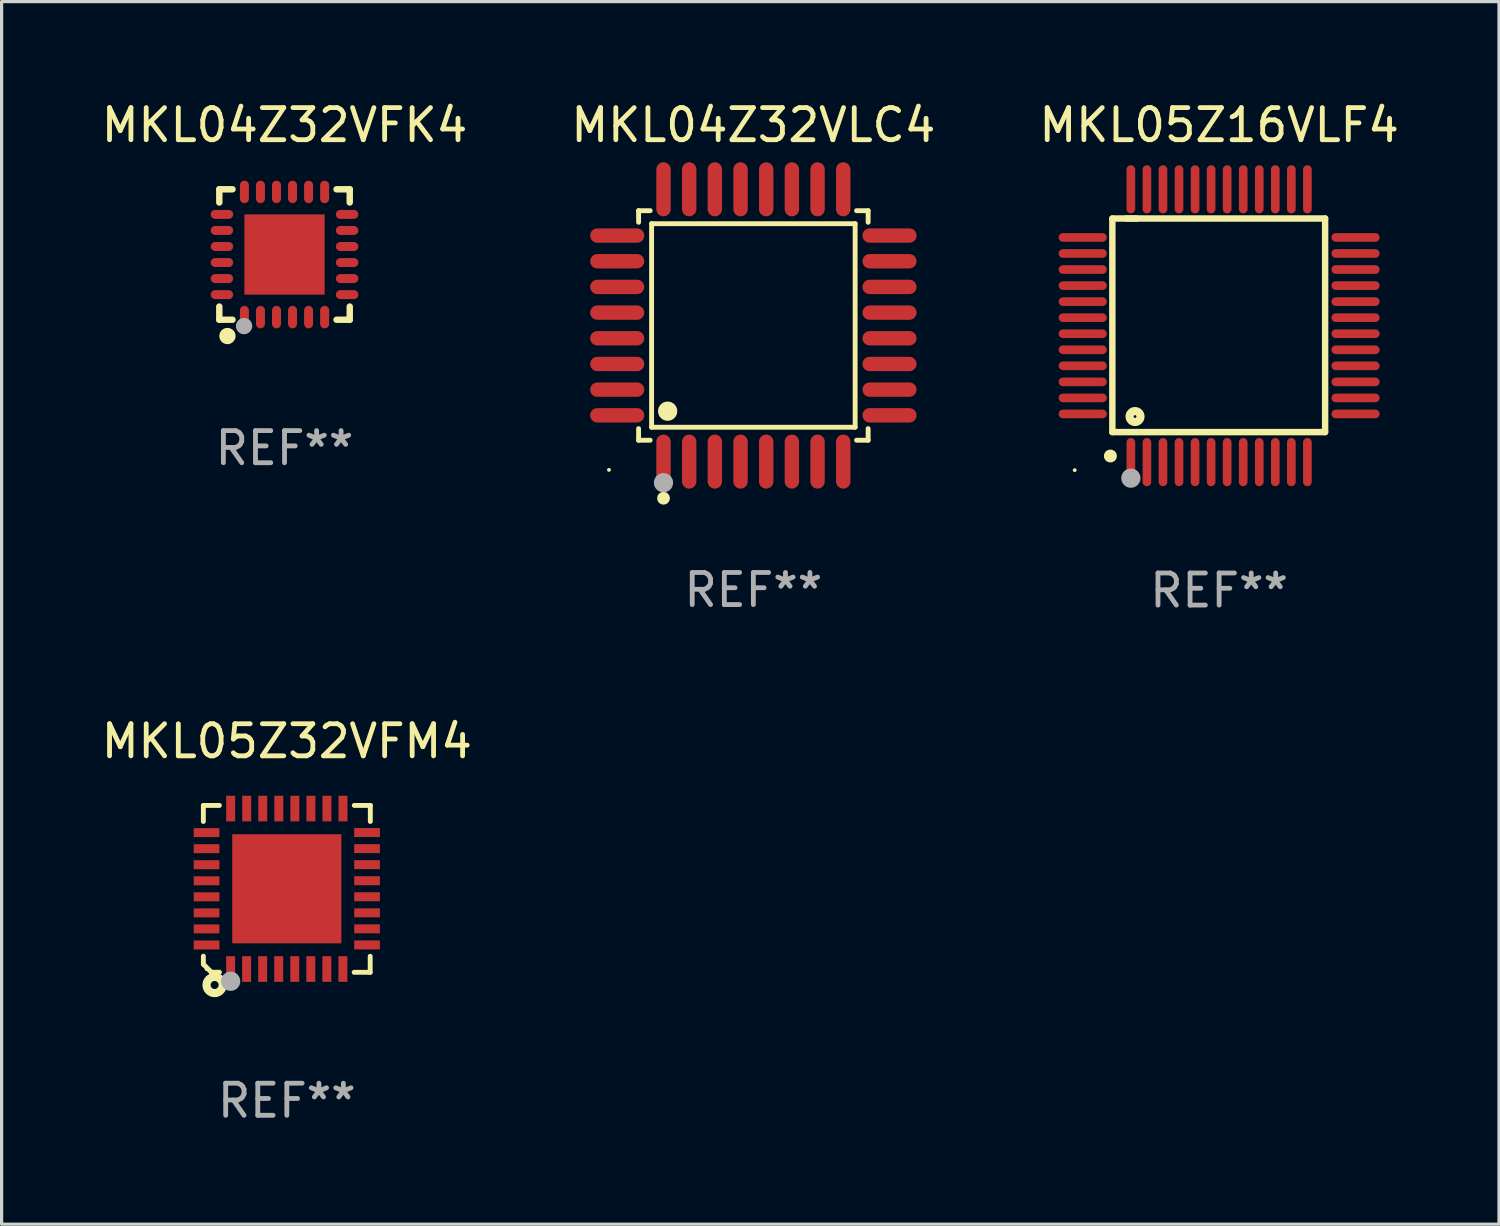
<source format=kicad_pcb>
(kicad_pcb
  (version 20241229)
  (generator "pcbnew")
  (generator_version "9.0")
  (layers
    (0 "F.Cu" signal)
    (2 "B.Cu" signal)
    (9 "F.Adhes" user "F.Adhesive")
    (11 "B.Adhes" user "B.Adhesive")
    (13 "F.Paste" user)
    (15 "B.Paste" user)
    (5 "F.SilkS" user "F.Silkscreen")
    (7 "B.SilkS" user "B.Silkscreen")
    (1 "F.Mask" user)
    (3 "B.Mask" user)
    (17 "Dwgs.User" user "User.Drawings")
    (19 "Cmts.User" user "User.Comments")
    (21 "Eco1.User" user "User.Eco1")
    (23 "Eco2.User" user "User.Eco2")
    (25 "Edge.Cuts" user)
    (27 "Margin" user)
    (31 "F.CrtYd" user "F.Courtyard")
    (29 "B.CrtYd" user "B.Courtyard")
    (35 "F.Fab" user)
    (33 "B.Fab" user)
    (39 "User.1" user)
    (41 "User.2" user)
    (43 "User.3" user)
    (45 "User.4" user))
  (footprint "MKL05Z16VLF4"
    (layer "F.Cu")
    (at 34.935 7.098)
    (property "Reference" "MKL05Z16VLF4" (at 0 -6.25 0) (layer "F.SilkS") (effects (font (size 1 1) (thickness 0.15))))
    (attr through_hole)
    (fp_line (start -3.327 -3.34) (end -2.565 -3.34) (stroke (width 0.2) (type solid)) (layer "F.SilkS"))
    (fp_line (start -3.327 3.315) (end -3.327 -3.34) (stroke (width 0.2) (type solid)) (layer "F.SilkS"))
    (fp_line (start -2.896 -3.34) (end 3.302 -3.34) (stroke (width 0.2) (type solid)) (layer "F.SilkS"))
    (fp_line (start 3.302 -3.34) (end 3.302 3.315) (stroke (width 0.2) (type solid)) (layer "F.SilkS"))
    (fp_line (start 3.302 3.315) (end -3.327 3.315) (stroke (width 0.2) (type solid)) (layer "F.SilkS"))
    (fp_arc (start -3.389992 4.059995) (mid -3.388722 4.059991) (end -3.387452 4.059995) (stroke (width 0.4) (type solid)) (layer "F.SilkS"))
    (fp_circle (center -4.5 4.5) (end -4.47 4.5) (stroke (width 0.06) (type solid)) (fill no) (layer "F.SilkS"))
    (fp_circle (center -2.62 2.83) (end -2.45 2.83) (stroke (width 0.254) (type solid)) (fill no) (layer "F.SilkS"))
    (fp_circle (center -2.75 4.75) (end -2.6 4.75) (stroke (width 0.3) (type solid)) (fill no) (layer "F.Fab"))
    (fp_text user "REF**" (at 0 8.25 0) (layer "F.Fab") (effects (font (size 1 1) (thickness 0.15))))
    (pad "1" smd oval (at -2.75 4.25) (size 0.27 1.5) (layers "F.Cu" "F.Mask" "F.Paste"))
    (pad "2" smd oval (at -2.25 4.25) (size 0.27 1.5) (layers "F.Cu" "F.Mask" "F.Paste"))
    (pad "3" smd oval (at -1.75 4.25) (size 0.27 1.5) (layers "F.Cu" "F.Mask" "F.Paste"))
    (pad "4" smd oval (at -1.25 4.25) (size 0.27 1.5) (layers "F.Cu" "F.Mask" "F.Paste"))
    (pad "5" smd oval (at -0.75 4.25) (size 0.27 1.5) (layers "F.Cu" "F.Mask" "F.Paste"))
    (pad "6" smd oval (at -0.25 4.25) (size 0.27 1.5) (layers "F.Cu" "F.Mask" "F.Paste"))
    (pad "7" smd oval (at 0.25 4.25) (size 0.27 1.5) (layers "F.Cu" "F.Mask" "F.Paste"))
    (pad "8" smd oval (at 0.75 4.25) (size 0.27 1.5) (layers "F.Cu" "F.Mask" "F.Paste"))
    (pad "9" smd oval (at 1.25 4.25) (size 0.27 1.5) (layers "F.Cu" "F.Mask" "F.Paste"))
    (pad "10" smd oval (at 1.75 4.25) (size 0.27 1.5) (layers "F.Cu" "F.Mask" "F.Paste"))
    (pad "11" smd oval (at 2.25 4.25) (size 0.27 1.5) (layers "F.Cu" "F.Mask" "F.Paste"))
    (pad "12" smd oval (at 2.75 4.25) (size 0.27 1.5) (layers "F.Cu" "F.Mask" "F.Paste"))
    (pad "13" smd oval (at 4.25 2.75) (size 1.5 0.27) (layers "F.Cu" "F.Mask" "F.Paste"))
    (pad "14" smd oval (at 4.25 2.25) (size 1.5 0.27) (layers "F.Cu" "F.Mask" "F.Paste"))
    (pad "15" smd oval (at 4.25 1.75) (size 1.5 0.27) (layers "F.Cu" "F.Mask" "F.Paste"))
    (pad "16" smd oval (at 4.25 1.25) (size 1.5 0.27) (layers "F.Cu" "F.Mask" "F.Paste"))
    (pad "17" smd oval (at 4.25 0.75) (size 1.5 0.27) (layers "F.Cu" "F.Mask" "F.Paste"))
    (pad "18" smd oval (at 4.25 0.25) (size 1.5 0.27) (layers "F.Cu" "F.Mask" "F.Paste"))
    (pad "19" smd oval (at 4.25 -0.25) (size 1.5 0.27) (layers "F.Cu" "F.Mask" "F.Paste"))
    (pad "20" smd oval (at 4.25 -0.75) (size 1.5 0.27) (layers "F.Cu" "F.Mask" "F.Paste"))
    (pad "21" smd oval (at 4.25 -1.25) (size 1.5 0.27) (layers "F.Cu" "F.Mask" "F.Paste"))
    (pad "22" smd oval (at 4.25 -1.75) (size 1.5 0.27) (layers "F.Cu" "F.Mask" "F.Paste"))
    (pad "23" smd oval (at 4.25 -2.25) (size 1.5 0.27) (layers "F.Cu" "F.Mask" "F.Paste"))
    (pad "24" smd oval (at 4.25 -2.75) (size 1.5 0.27) (layers "F.Cu" "F.Mask" "F.Paste"))
    (pad "25" smd oval (at 2.75 -4.25) (size 0.27 1.5) (layers "F.Cu" "F.Mask" "F.Paste"))
    (pad "26" smd oval (at 2.25 -4.25) (size 0.27 1.5) (layers "F.Cu" "F.Mask" "F.Paste"))
    (pad "27" smd oval (at 1.75 -4.25) (size 0.27 1.5) (layers "F.Cu" "F.Mask" "F.Paste"))
    (pad "28" smd oval (at 1.25 -4.25) (size 0.27 1.5) (layers "F.Cu" "F.Mask" "F.Paste"))
    (pad "29" smd oval (at 0.75 -4.25) (size 0.27 1.5) (layers "F.Cu" "F.Mask" "F.Paste"))
    (pad "30" smd oval (at 0.25 -4.25) (size 0.27 1.5) (layers "F.Cu" "F.Mask" "F.Paste"))
    (pad "31" smd oval (at -0.25 -4.25) (size 0.27 1.5) (layers "F.Cu" "F.Mask" "F.Paste"))
    (pad "32" smd oval (at -0.75 -4.25) (size 0.27 1.5) (layers "F.Cu" "F.Mask" "F.Paste"))
    (pad "33" smd oval (at -1.25 -4.25) (size 0.27 1.5) (layers "F.Cu" "F.Mask" "F.Paste"))
    (pad "34" smd oval (at -1.75 -4.25) (size 0.27 1.5) (layers "F.Cu" "F.Mask" "F.Paste"))
    (pad "35" smd oval (at -2.25 -4.25) (size 0.27 1.5) (layers "F.Cu" "F.Mask" "F.Paste"))
    (pad "36" smd oval (at -2.75 -4.25) (size 0.27 1.5) (layers "F.Cu" "F.Mask" "F.Paste"))
    (pad "37" smd oval (at -4.25 -2.75) (size 1.5 0.27) (layers "F.Cu" "F.Mask" "F.Paste"))
    (pad "38" smd oval (at -4.25 -2.25) (size 1.5 0.27) (layers "F.Cu" "F.Mask" "F.Paste"))
    (pad "39" smd oval (at -4.25 -1.75) (size 1.5 0.27) (layers "F.Cu" "F.Mask" "F.Paste"))
    (pad "40" smd oval (at -4.25 -1.25) (size 1.5 0.27) (layers "F.Cu" "F.Mask" "F.Paste"))
    (pad "41" smd oval (at -4.25 -0.75) (size 1.5 0.27) (layers "F.Cu" "F.Mask" "F.Paste"))
    (pad "42" smd oval (at -4.25 -0.25) (size 1.5 0.27) (layers "F.Cu" "F.Mask" "F.Paste"))
    (pad "43" smd oval (at -4.25 0.25) (size 1.5 0.27) (layers "F.Cu" "F.Mask" "F.Paste"))
    (pad "44" smd oval (at -4.25 0.75) (size 1.5 0.27) (layers "F.Cu" "F.Mask" "F.Paste"))
    (pad "45" smd oval (at -4.25 1.25) (size 1.5 0.27) (layers "F.Cu" "F.Mask" "F.Paste"))
    (pad "46" smd oval (at -4.25 1.75) (size 1.5 0.27) (layers "F.Cu" "F.Mask" "F.Paste"))
    (pad "47" smd oval (at -4.25 2.25) (size 1.5 0.27) (layers "F.Cu" "F.Mask" "F.Paste"))
    (pad "48" smd oval (at -4.25 2.75) (size 1.5 0.27) (layers "F.Cu" "F.Mask" "F.Paste")))
  (footprint "MKL04Z32VFK4"
    (layer "F.Cu")
    (at 5.815 4.88)
    (property "Reference" "MKL04Z32VFK4" (at 0 -4.032 0) (layer "F.SilkS") (effects (font (size 1 1) (thickness 0.15))))
    (attr through_hole)
    (fp_line (start -2.032 -2.032) (end -1.621 -2.032) (stroke (width 0.2) (type solid)) (layer "F.SilkS"))
    (fp_line (start -2.032 -1.621) (end -2.032 -2.032) (stroke (width 0.2) (type solid)) (layer "F.SilkS"))
    (fp_line (start -2.032 2.032) (end -2.032 1.621) (stroke (width 0.2) (type solid)) (layer "F.SilkS"))
    (fp_line (start -1.621 2.032) (end -2.032 2.032) (stroke (width 0.2) (type solid)) (layer "F.SilkS"))
    (fp_line (start 1.621 -2.032) (end 2.032 -2.032) (stroke (width 0.2) (type solid)) (layer "F.SilkS"))
    (fp_line (start 2.032 -2.032) (end 2.032 -1.621) (stroke (width 0.2) (type solid)) (layer "F.SilkS"))
    (fp_line (start 2.032 1.621) (end 2.032 2.032) (stroke (width 0.2) (type solid)) (layer "F.SilkS"))
    (fp_line (start 2.032 2.032) (end 1.621 2.032) (stroke (width 0.2) (type solid)) (layer "F.SilkS"))
    (fp_circle (center -2 2) (end -1.97 2) (stroke (width 0.06) (type solid)) (fill no) (layer "F.SilkS"))
    (fp_circle (center -1.778 2.54) (end -1.651 2.54) (stroke (width 0.254) (type solid)) (fill no) (layer "F.SilkS"))
    (fp_circle (center -1.26 2.23) (end -1.133 2.23) (stroke (width 0.254) (type solid)) (fill no) (layer "F.Fab"))
    (fp_text user "REF**" (at 0 6.032 0) (layer "F.Fab") (effects (font (size 1 1) (thickness 0.15))))
    (pad "1" smd oval (at -1.25 1.95 180) (size 0.28 0.7) (layers "F.Cu" "F.Mask" "F.Paste"))
    (pad "2" smd oval (at -0.75 1.95 180) (size 0.28 0.7) (layers "F.Cu" "F.Mask" "F.Paste"))
    (pad "3" smd oval (at -0.25 1.95 180) (size 0.28 0.7) (layers "F.Cu" "F.Mask" "F.Paste"))
    (pad "4" smd oval (at 0.25 1.95 180) (size 0.28 0.7) (layers "F.Cu" "F.Mask" "F.Paste"))
    (pad "5" smd oval (at 0.75 1.95 180) (size 0.28 0.7) (layers "F.Cu" "F.Mask" "F.Paste"))
    (pad "6" smd oval (at 1.25 1.95 180) (size 0.28 0.7) (layers "F.Cu" "F.Mask" "F.Paste"))
    (pad "7" smd oval (at 1.95 1.25 270) (size 0.28 0.7) (layers "F.Cu" "F.Mask" "F.Paste"))
    (pad "8" smd oval (at 1.95 0.75 270) (size 0.28 0.7) (layers "F.Cu" "F.Mask" "F.Paste"))
    (pad "9" smd oval (at 1.95 0.25 270) (size 0.28 0.7) (layers "F.Cu" "F.Mask" "F.Paste"))
    (pad "10" smd oval (at 1.95 -0.25 270) (size 0.28 0.7) (layers "F.Cu" "F.Mask" "F.Paste"))
    (pad "11" smd oval (at 1.95 -0.75 270) (size 0.28 0.7) (layers "F.Cu" "F.Mask" "F.Paste"))
    (pad "12" smd oval (at 1.95 -1.25 270) (size 0.28 0.7) (layers "F.Cu" "F.Mask" "F.Paste"))
    (pad "13" smd oval (at 1.25 -1.95) (size 0.28 0.7) (layers "F.Cu" "F.Mask" "F.Paste"))
    (pad "14" smd oval (at 0.75 -1.95) (size 0.28 0.7) (layers "F.Cu" "F.Mask" "F.Paste"))
    (pad "15" smd oval (at 0.25 -1.95) (size 0.28 0.7) (layers "F.Cu" "F.Mask" "F.Paste"))
    (pad "16" smd oval (at -0.25 -1.95) (size 0.28 0.7) (layers "F.Cu" "F.Mask" "F.Paste"))
    (pad "17" smd oval (at -0.75 -1.95) (size 0.28 0.7) (layers "F.Cu" "F.Mask" "F.Paste"))
    (pad "18" smd oval (at -1.25 -1.95) (size 0.28 0.7) (layers "F.Cu" "F.Mask" "F.Paste"))
    (pad "19" smd oval (at -1.95 -1.25 90) (size 0.28 0.7) (layers "F.Cu" "F.Mask" "F.Paste"))
    (pad "20" smd oval (at -1.95 -0.75 90) (size 0.28 0.7) (layers "F.Cu" "F.Mask" "F.Paste"))
    (pad "21" smd oval (at -1.95 -0.25 90) (size 0.28 0.7) (layers "F.Cu" "F.Mask" "F.Paste"))
    (pad "22" smd oval (at -1.95 0.25 90) (size 0.28 0.7) (layers "F.Cu" "F.Mask" "F.Paste"))
    (pad "23" smd oval (at -1.95 0.75 90) (size 0.28 0.7) (layers "F.Cu" "F.Mask" "F.Paste"))
    (pad "24" smd oval (at -1.95 1.25 90) (size 0.28 0.7) (layers "F.Cu" "F.Mask" "F.Paste"))
    (pad "25" smd rect (at -0.000178 0.000025 90) (size 2.5 2.5) (layers "F.Cu" "F.Mask" "F.Paste")))
  (footprint "MKL05Z32VFM4"
    (layer "F.Cu")
    (at 5.887 24.645)
    (property "Reference" "MKL05Z32VFM4" (at 0 -4.6 0) (layer "F.SilkS") (effects (font (size 1 1) (thickness 0.15))))
    (attr through_hole)
    (fp_line (start -2.601 2.097) (end -2.601 2.347) (stroke (width 0.152) (type solid)) (layer "F.SilkS"))
    (fp_line (start -2.601 2.347) (end -2.351 2.597) (stroke (width 0.152) (type solid)) (layer "F.SilkS"))
    (fp_line (start -2.601 -2.6) (end -2.601 -2.1) (stroke (width 0.152) (type solid)) (layer "F.SilkS"))
    (fp_line (start -2.601 -2.6) (end -2.101 -2.6) (stroke (width 0.152) (type solid)) (layer "F.SilkS"))
    (fp_line (start -2.351 2.597) (end -2.101 2.597) (stroke (width 0.152) (type solid)) (layer "F.SilkS"))
    (fp_line (start 2.597 2.6) (end 2.097 2.6) (stroke (width 0.152) (type solid)) (layer "F.SilkS"))
    (fp_line (start 2.597 2.6) (end 2.597 2.1) (stroke (width 0.152) (type solid)) (layer "F.SilkS"))
    (fp_line (start 2.601 -2.6) (end 2.101 -2.6) (stroke (width 0.152) (type solid)) (layer "F.SilkS"))
    (fp_line (start 2.601 -2.6) (end 2.601 -2.1) (stroke (width 0.152) (type solid)) (layer "F.SilkS"))
    (fp_circle (center -2.501 2.497) (end -2.471 2.497) (stroke (width 0.06) (type solid)) (fill no) (layer "F.SilkS"))
    (fp_circle (center -2.25 2.995) (end -2.125 2.995) (stroke (width 0.254) (type solid)) (fill no) (layer "F.SilkS"))
    (fp_circle (center -1.751 2.878) (end -1.601 2.878) (stroke (width 0.3) (type solid)) (fill no) (layer "F.Fab"))
    (fp_text user "REF**" (at 0 6.6 0) (layer "F.Fab") (effects (font (size 1 1) (thickness 0.15))))
    (pad "1" smd rect (at -1.751 2.497) (size 0.28 0.8) (layers "F.Cu" "F.Mask" "F.Paste"))
    (pad "2" smd rect (at -1.253 2.497) (size 0.28 0.8) (layers "F.Cu" "F.Mask" "F.Paste"))
    (pad "3" smd rect (at -0.753 2.497) (size 0.28 0.8) (layers "F.Cu" "F.Mask" "F.Paste"))
    (pad "4" smd rect (at -0.253 2.497) (size 0.28 0.8) (layers "F.Cu" "F.Mask" "F.Paste"))
    (pad "5" smd rect (at 0.247 2.497) (size 0.28 0.8) (layers "F.Cu" "F.Mask" "F.Paste"))
    (pad "6" smd rect (at 0.747 2.497) (size 0.28 0.8) (layers "F.Cu" "F.Mask" "F.Paste"))
    (pad "7" smd rect (at 1.247 2.497) (size 0.28 0.8) (layers "F.Cu" "F.Mask" "F.Paste"))
    (pad "8" smd rect (at 1.747 2.497) (size 0.28 0.8) (layers "F.Cu" "F.Mask" "F.Paste"))
    (pad "9" smd rect (at 2.499 1.746) (size 0.8 0.28) (layers "F.Cu" "F.Mask" "F.Paste"))
    (pad "10" smd rect (at 2.499 1.245) (size 0.8 0.28) (layers "F.Cu" "F.Mask" "F.Paste"))
    (pad "11" smd rect (at 2.499 0.746) (size 0.8 0.28) (layers "F.Cu" "F.Mask" "F.Paste"))
    (pad "12" smd rect (at 2.499 0.245) (size 0.8 0.28) (layers "F.Cu" "F.Mask" "F.Paste"))
    (pad "13" smd rect (at 2.499 -0.254) (size 0.8 0.28) (layers "F.Cu" "F.Mask" "F.Paste"))
    (pad "14" smd rect (at 2.499 -0.755) (size 0.8 0.28) (layers "F.Cu" "F.Mask" "F.Paste"))
    (pad "15" smd rect (at 2.499 -1.254) (size 0.8 0.28) (layers "F.Cu" "F.Mask" "F.Paste"))
    (pad "16" smd rect (at 2.499 -1.755) (size 0.8 0.28) (layers "F.Cu" "F.Mask" "F.Paste"))
    (pad "17" smd rect (at 1.75 -2.502) (size 0.28 0.8) (layers "F.Cu" "F.Mask" "F.Paste"))
    (pad "18" smd rect (at 1.25 -2.502) (size 0.28 0.8) (layers "F.Cu" "F.Mask" "F.Paste"))
    (pad "19" smd rect (at 0.75 -2.502) (size 0.28 0.8) (layers "F.Cu" "F.Mask" "F.Paste"))
    (pad "20" smd rect (at 0.25 -2.502) (size 0.28 0.8) (layers "F.Cu" "F.Mask" "F.Paste"))
    (pad "21" smd rect (at -0.25 -2.502) (size 0.28 0.8) (layers "F.Cu" "F.Mask" "F.Paste"))
    (pad "22" smd rect (at -0.75 -2.502) (size 0.28 0.8) (layers "F.Cu" "F.Mask" "F.Paste"))
    (pad "23" smd rect (at -1.25 -2.502) (size 0.28 0.8) (layers "F.Cu" "F.Mask" "F.Paste"))
    (pad "24" smd rect (at -1.75 -2.502) (size 0.28 0.8) (layers "F.Cu" "F.Mask" "F.Paste"))
    (pad "25" smd rect (at -2.501 -1.753) (size 0.8 0.28) (layers "F.Cu" "F.Mask" "F.Paste"))
    (pad "26" smd rect (at -2.501 -1.252) (size 0.8 0.28) (layers "F.Cu" "F.Mask" "F.Paste"))
    (pad "27" smd rect (at -2.501 -0.753) (size 0.8 0.28) (layers "F.Cu" "F.Mask" "F.Paste"))
    (pad "28" smd rect (at -2.501 -0.252) (size 0.8 0.28) (layers "F.Cu" "F.Mask" "F.Paste"))
    (pad "29" smd rect (at -2.501 0.247) (size 0.8 0.28) (layers "F.Cu" "F.Mask" "F.Paste"))
    (pad "30" smd rect (at -2.501 0.748) (size 0.8 0.28) (layers "F.Cu" "F.Mask" "F.Paste"))
    (pad "31" smd rect (at -2.501 1.247) (size 0.8 0.28) (layers "F.Cu" "F.Mask" "F.Paste"))
    (pad "32" smd rect (at -2.501 1.748) (size 0.8 0.28) (layers "F.Cu" "F.Mask" "F.Paste"))
    (pad "33" smd rect (at -0.001 -0.003 180) (size 3.4 3.4) (layers "F.Cu" "F.Mask" "F.Paste")))
  (footprint "MKL04Z32VLC4"
    (layer "F.Cu")
    (at 20.423 7.09)
    (property "Reference" "MKL04Z32VLC4" (at 0 -6.242 0) (layer "F.SilkS") (effects (font (size 1 1) (thickness 0.15))))
    (attr through_hole)
    (fp_line (start -3.576 -3.576) (end -3.215 -3.576) (stroke (width 0.152) (type solid)) (layer "F.SilkS"))
    (fp_line (start -3.576 -3.215) (end -3.576 -3.576) (stroke (width 0.152) (type solid)) (layer "F.SilkS"))
    (fp_line (start -3.576 3.215) (end -3.576 3.576) (stroke (width 0.152) (type solid)) (layer "F.SilkS"))
    (fp_line (start -3.576 3.576) (end -3.215 3.576) (stroke (width 0.152) (type solid)) (layer "F.SilkS"))
    (fp_line (start -3.171 -3.171) (end 3.171 -3.171) (stroke (width 0.152) (type solid)) (layer "F.SilkS"))
    (fp_line (start -3.171 3.171) (end -3.171 -3.171) (stroke (width 0.152) (type solid)) (layer "F.SilkS"))
    (fp_line (start 3.171 -3.171) (end 3.171 3.171) (stroke (width 0.152) (type solid)) (layer "F.SilkS"))
    (fp_line (start 3.171 3.171) (end -3.171 3.171) (stroke (width 0.152) (type solid)) (layer "F.SilkS"))
    (fp_line (start 3.576 -3.576) (end 3.215 -3.576) (stroke (width 0.152) (type solid)) (layer "F.SilkS"))
    (fp_line (start 3.576 -3.215) (end 3.576 -3.576) (stroke (width 0.152) (type solid)) (layer "F.SilkS"))
    (fp_line (start 3.576 3.215) (end 3.576 3.576) (stroke (width 0.152) (type solid)) (layer "F.SilkS"))
    (fp_line (start 3.576 3.576) (end 3.215 3.576) (stroke (width 0.152) (type solid)) (layer "F.SilkS"))
    (fp_circle (center -4.5 4.5) (end -4.47 4.5) (stroke (width 0.06) (type solid)) (fill no) (layer "F.SilkS"))
    (fp_circle (center -2.8 5.384) (end -2.7 5.384) (stroke (width 0.2) (type solid)) (fill no) (layer "F.SilkS"))
    (fp_circle (center -2.671 2.671) (end -2.521 2.671) (stroke (width 0.3) (type solid)) (fill no) (layer "F.SilkS"))
    (fp_circle (center -2.8 4.9) (end -2.65 4.9) (stroke (width 0.3) (type solid)) (fill no) (layer "F.Fab"))
    (fp_text user "REF**" (at 0 8.242 0) (layer "F.Fab") (effects (font (size 1 1) (thickness 0.15))))
    (pad "1" smd oval (at -2.8 4.242) (size 0.448 1.684) (layers "F.Cu" "F.Mask" "F.Paste"))
    (pad "2" smd oval (at -2 4.242) (size 0.448 1.684) (layers "F.Cu" "F.Mask" "F.Paste"))
    (pad "3" smd oval (at -1.2 4.242) (size 0.448 1.684) (layers "F.Cu" "F.Mask" "F.Paste"))
    (pad "4" smd oval (at -0.4 4.242) (size 0.448 1.684) (layers "F.Cu" "F.Mask" "F.Paste"))
    (pad "5" smd oval (at 0.4 4.242) (size 0.448 1.684) (layers "F.Cu" "F.Mask" "F.Paste"))
    (pad "6" smd oval (at 1.2 4.242) (size 0.448 1.684) (layers "F.Cu" "F.Mask" "F.Paste"))
    (pad "7" smd oval (at 2 4.242) (size 0.448 1.684) (layers "F.Cu" "F.Mask" "F.Paste"))
    (pad "8" smd oval (at 2.8 4.242) (size 0.448 1.684) (layers "F.Cu" "F.Mask" "F.Paste"))
    (pad "9" smd oval (at 4.242 2.8) (size 1.684 0.448) (layers "F.Cu" "F.Mask" "F.Paste"))
    (pad "10" smd oval (at 4.242 2) (size 1.684 0.448) (layers "F.Cu" "F.Mask" "F.Paste"))
    (pad "11" smd oval (at 4.242 1.2) (size 1.684 0.448) (layers "F.Cu" "F.Mask" "F.Paste"))
    (pad "12" smd oval (at 4.242 0.4) (size 1.684 0.448) (layers "F.Cu" "F.Mask" "F.Paste"))
    (pad "13" smd oval (at 4.242 -0.4) (size 1.684 0.448) (layers "F.Cu" "F.Mask" "F.Paste"))
    (pad "14" smd oval (at 4.242 -1.2) (size 1.684 0.448) (layers "F.Cu" "F.Mask" "F.Paste"))
    (pad "15" smd oval (at 4.242 -2) (size 1.684 0.448) (layers "F.Cu" "F.Mask" "F.Paste"))
    (pad "16" smd oval (at 4.242 -2.8) (size 1.684 0.448) (layers "F.Cu" "F.Mask" "F.Paste"))
    (pad "17" smd oval (at 2.8 -4.242) (size 0.448 1.684) (layers "F.Cu" "F.Mask" "F.Paste"))
    (pad "18" smd oval (at 2 -4.242) (size 0.448 1.684) (layers "F.Cu" "F.Mask" "F.Paste"))
    (pad "19" smd oval (at 1.2 -4.242) (size 0.448 1.684) (layers "F.Cu" "F.Mask" "F.Paste"))
    (pad "20" smd oval (at 0.4 -4.242) (size 0.448 1.684) (layers "F.Cu" "F.Mask" "F.Paste"))
    (pad "21" smd oval (at -0.4 -4.242) (size 0.448 1.684) (layers "F.Cu" "F.Mask" "F.Paste"))
    (pad "22" smd oval (at -1.2 -4.242) (size 0.448 1.684) (layers "F.Cu" "F.Mask" "F.Paste"))
    (pad "23" smd oval (at -2 -4.242) (size 0.448 1.684) (layers "F.Cu" "F.Mask" "F.Paste"))
    (pad "24" smd oval (at -2.8 -4.242) (size 0.448 1.684) (layers "F.Cu" "F.Mask" "F.Paste"))
    (pad "25" smd oval (at -4.242 -2.8) (size 1.684 0.448) (layers "F.Cu" "F.Mask" "F.Paste"))
    (pad "26" smd oval (at -4.242 -2) (size 1.684 0.448) (layers "F.Cu" "F.Mask" "F.Paste"))
    (pad "27" smd oval (at -4.242 -1.2) (size 1.684 0.448) (layers "F.Cu" "F.Mask" "F.Paste"))
    (pad "28" smd oval (at -4.242 -0.4) (size 1.684 0.448) (layers "F.Cu" "F.Mask" "F.Paste"))
    (pad "29" smd oval (at -4.242 0.4) (size 1.684 0.448) (layers "F.Cu" "F.Mask" "F.Paste"))
    (pad "30" smd oval (at -4.242 1.2) (size 1.684 0.448) (layers "F.Cu" "F.Mask" "F.Paste"))
    (pad "31" smd oval (at -4.242 2) (size 1.684 0.448) (layers "F.Cu" "F.Mask" "F.Paste"))
    (pad "32" smd oval (at -4.242 2.8) (size 1.684 0.448) (layers "F.Cu" "F.Mask" "F.Paste")))
  (gr_rect
    (start -3 -3)
    (end 43.655 35.093)
    (stroke (width 0.1) (type default))
    (fill no)
    (layer "Edge.Cuts")))
</source>
